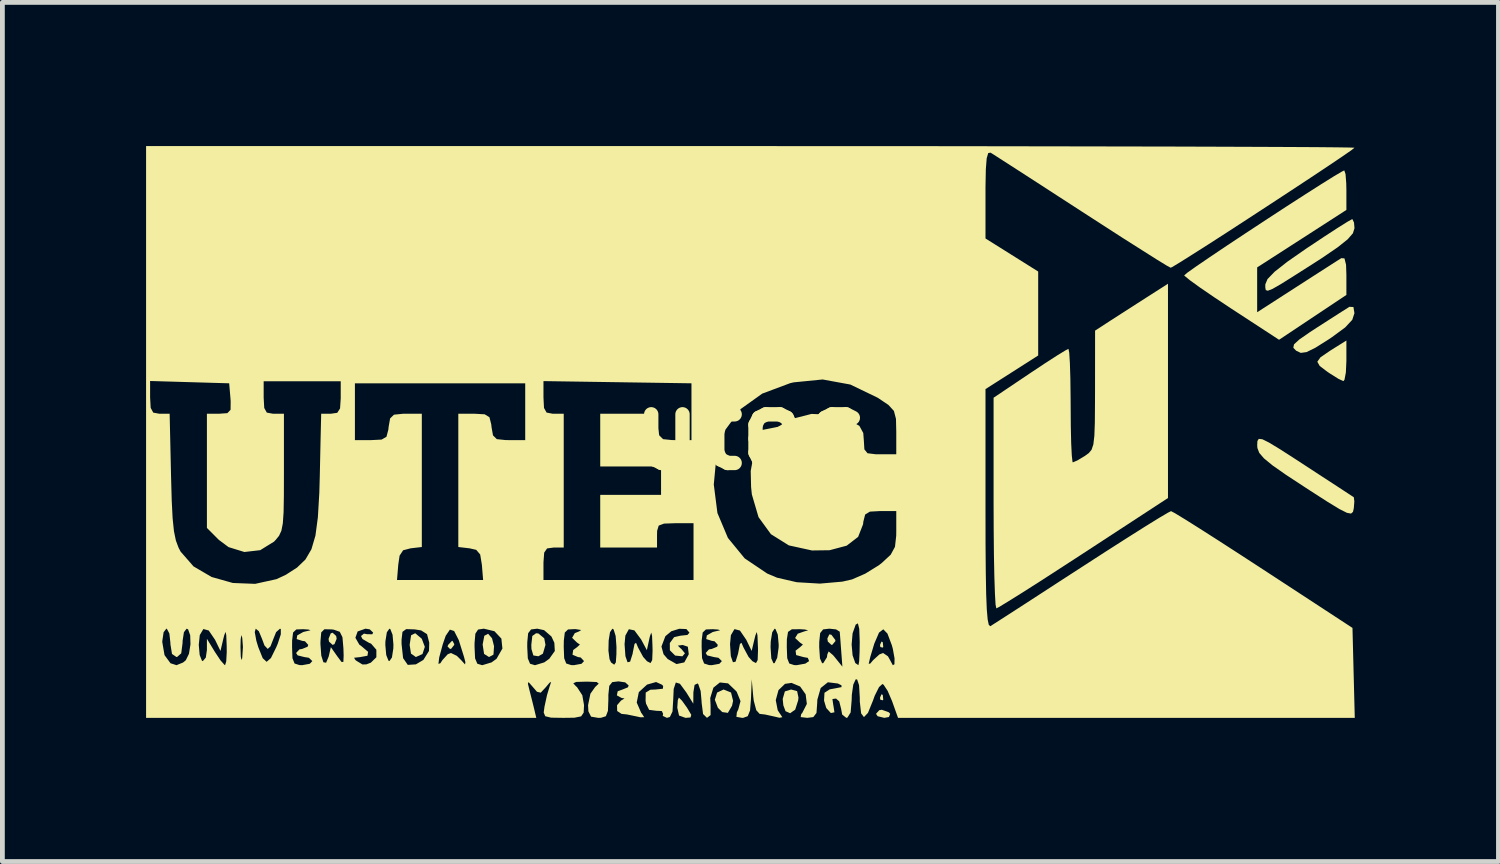
<source format=kicad_pcb>
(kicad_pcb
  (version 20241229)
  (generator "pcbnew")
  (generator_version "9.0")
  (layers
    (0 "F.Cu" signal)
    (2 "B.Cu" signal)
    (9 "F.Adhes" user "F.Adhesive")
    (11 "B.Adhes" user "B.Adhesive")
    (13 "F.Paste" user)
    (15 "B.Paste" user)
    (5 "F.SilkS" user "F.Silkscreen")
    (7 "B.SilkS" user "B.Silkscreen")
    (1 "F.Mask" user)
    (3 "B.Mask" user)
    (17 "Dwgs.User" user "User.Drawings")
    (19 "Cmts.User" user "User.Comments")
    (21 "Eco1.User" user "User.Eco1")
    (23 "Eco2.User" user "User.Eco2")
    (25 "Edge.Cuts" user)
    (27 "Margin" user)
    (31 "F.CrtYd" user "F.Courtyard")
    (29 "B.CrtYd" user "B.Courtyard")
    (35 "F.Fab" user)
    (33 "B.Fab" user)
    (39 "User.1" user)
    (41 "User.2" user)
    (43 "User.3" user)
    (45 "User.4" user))
  (footprint "utec"
    (layer "F.Cu")
    (at 12.615 5.927)
    (property "Reference" "utec" (at 0 0 0) (layer "F.SilkS") (effects (font (size 1.524 1.524) (thickness 0.3))))
    (attr board_only exclude_from_pos_files exclude_from_bom)
    (fp_poly (pts (xy 2.766 4.431) (xy 2.776 4.531) (xy 2.766 4.544) (xy 2.715 4.532) (xy 2.709 4.487) (xy 2.74 4.418)) (stroke (width 0) (type solid)) (fill yes) (layer "F.SilkS"))
    (fp_poly (pts (xy 2.766 5.532) (xy 2.776 5.632) (xy 2.766 5.644) (xy 2.715 5.633) (xy 2.709 5.588) (xy 2.74 5.518)) (stroke (width 0) (type solid)) (fill yes) (layer "F.SilkS"))
    (fp_poly (pts (xy -8.646 4.302) (xy -8.636 4.36) (xy -8.682 4.473) (xy -8.721 4.487) (xy -8.796 4.419) (xy -8.805 4.36) (xy -8.76 4.248) (xy -8.721 4.233)) (stroke (width 0) (type solid)) (fill yes) (layer "F.SilkS"))
    (fp_poly (pts (xy -6.859 4.359) (xy -6.795 4.528) (xy -6.844 4.678) (xy -6.982 4.741) (xy -7.084 4.67) (xy -7.112 4.487) (xy -7.082 4.287) (xy -6.996 4.244)) (stroke (width 0) (type solid)) (fill yes) (layer "F.SilkS"))
    (fp_poly (pts (xy -6.182 4.468) (xy -6.181 4.487) (xy -6.246 4.569) (xy -6.27 4.572) (xy -6.321 4.52) (xy -6.308 4.487) (xy -6.232 4.407) (xy -6.218 4.403)) (stroke (width 0) (type solid)) (fill yes) (layer "F.SilkS"))
    (fp_poly (pts (xy -5.392 4.349) (xy -5.35 4.515) (xy -5.362 4.691) (xy -5.455 4.741) (xy -5.558 4.676) (xy -5.588 4.48) (xy -5.553 4.297) (xy -5.474 4.255)) (stroke (width 0) (type solid)) (fill yes) (layer "F.SilkS"))
    (fp_poly (pts (xy 1.693 4.276) (xy 1.775 4.384) (xy 1.778 4.408) (xy 1.713 4.485) (xy 1.693 4.487) (xy 1.619 4.418) (xy 1.609 4.355) (xy 1.65 4.268)) (stroke (width 0) (type solid)) (fill yes) (layer "F.SilkS"))
    (fp_poly (pts (xy 2.891 5.894) (xy 2.921 5.927) (xy 2.895 5.993) (xy 2.799 6.011) (xy 2.659 5.977) (xy 2.625 5.927) (xy 2.693 5.851) (xy 2.747 5.842)) (stroke (width 0) (type solid)) (fill yes) (layer "F.SilkS"))
    (fp_poly (pts (xy -1.427 5.651) (xy -1.32 5.8) (xy -1.232 5.948) (xy -1.248 6.003) (xy -1.353 6.011) (xy -1.487 5.963) (xy -1.524 5.8) (xy -1.513 5.64) (xy -1.491 5.588)) (stroke (width 0) (type solid)) (fill yes) (layer "F.SilkS"))
    (fp_poly (pts (xy -0.402 5.482) (xy -0.359 5.655) (xy -0.381 5.758) (xy -0.468 5.907) (xy -0.586 5.89) (xy -0.676 5.801) (xy -0.74 5.633) (xy -0.693 5.483) (xy -0.558 5.419)) (stroke (width 0) (type solid)) (fill yes) (layer "F.SilkS"))
    (fp_poly (pts (xy -4.424 4.249) (xy -4.302 4.35) (xy -4.276 4.487) (xy -4.33 4.671) (xy -4.424 4.725) (xy -4.529 4.708) (xy -4.569 4.575) (xy -4.572 4.487) (xy -4.551 4.301) (xy -4.473 4.245)) (stroke (width 0) (type solid)) (fill yes) (layer "F.SilkS"))
    (fp_poly (pts (xy 0.978 5.453) (xy 1.006 5.587) (xy 1 5.645) (xy 0.938 5.839) (xy 0.831 5.915) (xy 0.736 5.872) (xy 0.69 5.749) (xy 0.677 5.616) (xy 0.722 5.459) (xy 0.852 5.419)) (stroke (width 0) (type solid)) (fill yes) (layer "F.SilkS"))
    (fp_poly (pts (xy 12.446 -1.441) (xy 12.435 -1.2) (xy 12.406 -1.048) (xy 12.383 -1.02) (xy 12.279 -1.068) (xy 12.099 -1.181) (xy 12.042 -1.22) (xy 11.889 -1.336) (xy 11.839 -1.424) (xy 11.905 -1.517) (xy 12.099 -1.65) (xy 12.213 -1.722) (xy 12.446 -1.867)) (stroke (width 0) (type solid)) (fill yes) (layer "F.SilkS"))
    (fp_poly (pts (xy 12.593 -2.567) (xy 12.614 -2.439) (xy 12.569 -2.3) (xy 12.421 -2.141) (xy 12.147 -1.939) (xy 12.08 -1.894) (xy 11.798 -1.716) (xy 11.615 -1.626) (xy 11.494 -1.609) (xy 11.398 -1.654) (xy 11.338 -1.716) (xy 11.352 -1.787) (xy 11.462 -1.888) (xy 11.687 -2.044) (xy 11.827 -2.135) (xy 12.11 -2.317) (xy 12.346 -2.468) (xy 12.492 -2.56) (xy 12.509 -2.571)) (stroke (width 0) (type solid)) (fill yes) (layer "F.SilkS"))
    (fp_poly (pts (xy 12.605 -4.331) (xy 12.615 -4.212) (xy 12.582 -4.106) (xy 12.471 -3.979) (xy 12.261 -3.812) (xy 11.933 -3.588) (xy 11.751 -3.471) (xy 11.355 -3.219) (xy 11.081 -3.047) (xy 10.905 -2.946) (xy 10.807 -2.907) (xy 10.763 -2.92) (xy 10.753 -2.975) (xy 10.753 -3.039) (xy 10.799 -3.15) (xy 10.948 -3.304) (xy 11.214 -3.513) (xy 11.612 -3.79) (xy 11.639 -3.808) (xy 11.978 -4.033) (xy 12.264 -4.219) (xy 12.47 -4.348) (xy 12.567 -4.402) (xy 12.57 -4.403)) (stroke (width 0) (type solid)) (fill yes) (layer "F.SilkS"))
    (fp_poly (pts (xy 10.691 0.194) (xy 10.832 0.264) (xy 11.063 0.404) (xy 11.405 0.624) (xy 11.578 0.737) (xy 11.938 0.972) (xy 12.244 1.171) (xy 12.47 1.319) (xy 12.589 1.397) (xy 12.601 1.404) (xy 12.612 1.492) (xy 12.601 1.632) (xy 12.584 1.71) (xy 12.543 1.746) (xy 12.457 1.73) (xy 12.302 1.652) (xy 12.057 1.503) (xy 11.699 1.273) (xy 11.579 1.195) (xy 11.178 0.932) (xy 10.9 0.737) (xy 10.724 0.592) (xy 10.627 0.479) (xy 10.588 0.377) (xy 10.584 0.319) (xy 10.588 0.231) (xy 10.617 0.186)) (stroke (width 0) (type solid)) (fill yes) (layer "F.SilkS"))
    (fp_poly (pts (xy 12.428 -5.343) (xy 12.443 -5.149) (xy 12.446 -5.007) (xy 12.446 -4.594) (xy 11.515 -3.994) (xy 10.583 -3.394) (xy 10.583 -2.458) (xy 11.409 -2.99) (xy 11.746 -3.207) (xy 12.036 -3.393) (xy 12.246 -3.528) (xy 12.34 -3.587) (xy 12.406 -3.582) (xy 12.439 -3.45) (xy 12.446 -3.235) (xy 12.446 -2.819) (xy 11.04 -1.883) (xy 10.05 -2.529) (xy 9.693 -2.766) (xy 9.393 -2.971) (xy 9.176 -3.128) (xy 9.068 -3.217) (xy 9.06 -3.228) (xy 9.127 -3.285) (xy 9.313 -3.417) (xy 9.593 -3.608) (xy 9.944 -3.844) (xy 10.341 -4.107) (xy 10.761 -4.383) (xy 11.179 -4.656) (xy 11.572 -4.909) (xy 11.914 -5.127) (xy 12.183 -5.295) (xy 12.354 -5.396) (xy 12.402 -5.419)) (stroke (width 0) (type solid)) (fill yes) (layer "F.SilkS"))
    (fp_poly (pts (xy 8.721 1.421) (xy 6.957 2.573) (xy 6.47 2.889) (xy 6.031 3.173) (xy 5.658 3.41) (xy 5.371 3.589) (xy 5.191 3.698) (xy 5.137 3.725) (xy 5.121 3.644) (xy 5.108 3.416) (xy 5.096 3.063) (xy 5.087 2.608) (xy 5.082 2.072) (xy 5.08 1.526) (xy 5.08 -0.673) (xy 5.839 -1.183) (xy 6.152 -1.391) (xy 6.411 -1.558) (xy 6.585 -1.664) (xy 6.643 -1.693) (xy 6.659 -1.614) (xy 6.673 -1.395) (xy 6.683 -1.068) (xy 6.688 -0.662) (xy 6.689 -0.508) (xy 6.692 -0.082) (xy 6.7 0.276) (xy 6.713 0.536) (xy 6.728 0.667) (xy 6.734 0.677) (xy 6.83 0.636) (xy 6.988 0.541) (xy 7.069 0.482) (xy 7.126 0.412) (xy 7.163 0.301) (xy 7.184 0.121) (xy 7.194 -0.156) (xy 7.197 -0.558) (xy 7.198 -0.835) (xy 7.199 -2.074) (xy 7.511 -2.277) (xy 7.761 -2.438) (xy 8.071 -2.637) (xy 8.272 -2.766) (xy 8.721 -3.053)) (stroke (width 0) (type solid)) (fill yes) (layer "F.SilkS"))
    (fp_poly (pts (xy 1.447 -5.926) (xy 2.848 -5.926) (xy 4.192 -5.925) (xy 5.471 -5.923) (xy 6.674 -5.921) (xy 7.794 -5.919) (xy 8.821 -5.917) (xy 9.745 -5.914) (xy 10.557 -5.911) (xy 11.247 -5.908) (xy 11.808 -5.905) (xy 12.228 -5.901) (xy 12.499 -5.897) (xy 12.613 -5.893) (xy 12.615 -5.893) (xy 12.548 -5.839) (xy 12.36 -5.709) (xy 12.075 -5.517) (xy 11.714 -5.277) (xy 11.301 -5.005) (xy 10.857 -4.714) (xy 10.405 -4.419) (xy 9.968 -4.135) (xy 9.568 -3.877) (xy 9.226 -3.66) (xy 8.967 -3.497) (xy 8.811 -3.403) (xy 8.777 -3.387) (xy 8.696 -3.431) (xy 8.493 -3.555) (xy 8.188 -3.748) (xy 7.798 -3.995) (xy 7.345 -4.287) (xy 6.927 -4.557) (xy 6.43 -4.879) (xy 5.978 -5.172) (xy 5.589 -5.423) (xy 5.286 -5.618) (xy 5.087 -5.746) (xy 5.016 -5.79) (xy 4.968 -5.781) (xy 4.936 -5.672) (xy 4.918 -5.443) (xy 4.911 -5.072) (xy 4.911 -4.925) (xy 4.911 -3.998) (xy 5.461 -3.653) (xy 6.011 -3.308) (xy 6.011 -1.555) (xy 5.461 -1.204) (xy 4.911 -0.853) (xy 4.911 1.653) (xy 4.912 2.394) (xy 4.917 2.98) (xy 4.925 3.426) (xy 4.938 3.746) (xy 4.956 3.955) (xy 4.979 4.067) (xy 5.009 4.097) (xy 5.016 4.094) (xy 5.114 4.032) (xy 5.333 3.891) (xy 5.654 3.684) (xy 6.055 3.424) (xy 6.517 3.124) (xy 6.922 2.862) (xy 7.414 2.544) (xy 7.86 2.259) (xy 8.24 2.019) (xy 8.534 1.837) (xy 8.723 1.726) (xy 8.785 1.695) (xy 8.87 1.74) (xy 9.077 1.866) (xy 9.387 2.061) (xy 9.78 2.312) (xy 10.238 2.608) (xy 10.71 2.915) (xy 12.573 4.133) (xy 12.597 5.072) (xy 12.621 6.011) (xy 3.085 6.011) (xy 2.961 5.664) (xy 2.869 5.449) (xy 2.784 5.32) (xy 2.759 5.304) (xy 2.688 5.369) (xy 2.599 5.547) (xy 2.561 5.652) (xy 2.457 5.907) (xy 2.373 5.995) (xy 2.314 5.917) (xy 2.287 5.675) (xy 2.286 5.583) (xy 2.271 5.328) (xy 2.231 5.209) (xy 2.201 5.207) (xy 2.15 5.317) (xy 2.12 5.531) (xy 2.117 5.635) (xy 2.095 5.899) (xy 2.027 6.007) (xy 2.004 6.011) (xy 1.918 5.941) (xy 1.898 5.829) (xy 1.857 5.667) (xy 1.79 5.608) (xy 1.715 5.618) (xy 1.734 5.751) (xy 1.736 5.757) (xy 1.757 5.895) (xy 1.683 5.91) (xy 1.681 5.909) (xy 1.586 5.805) (xy 1.54 5.651) (xy 1.549 5.487) (xy 1.66 5.415) (xy 1.752 5.399) (xy 1.905 5.369) (xy 1.904 5.332) (xy 1.83 5.294) (xy 1.62 5.268) (xy 1.47 5.388) (xy 1.4 5.633) (xy 1.397 5.704) (xy 1.382 5.909) (xy 1.316 5.995) (xy 1.19 6.011) (xy 1.052 5.995) (xy 1.063 5.932) (xy 1.084 5.91) (xy 1.181 5.72) (xy 1.156 5.519) (xy 1.04 5.356) (xy 0.861 5.281) (xy 0.725 5.301) (xy 0.589 5.432) (xy 0.532 5.641) (xy 0.572 5.85) (xy 0.604 5.9) (xy 0.669 5.997) (xy 0.61 6.009) (xy 0.508 5.985) (xy 0.308 5.941) (xy 0.195 5.928) (xy 0.125 5.851) (xy 0.073 5.655) (xy 0.062 5.567) (xy 0.03 5.207) (xy 0.015 5.609) (xy -0.005 5.856) (xy -0.053 5.976) (xy -0.149 6.011) (xy -0.172 6.011) (xy -0.29 5.99) (xy -0.28 5.895) (xy -0.251 5.836) (xy -0.204 5.662) (xy -0.281 5.473) (xy -0.292 5.455) (xy -0.464 5.291) (xy -0.635 5.272) (xy -0.77 5.381) (xy -0.836 5.596) (xy -0.829 5.757) (xy -0.829 5.953) (xy -0.904 6.011) (xy -0.986 5.931) (xy -1.016 5.694) (xy -1.016 5.678) (xy -1.036 5.452) (xy -1.085 5.308) (xy -1.101 5.292) (xy -1.163 5.323) (xy -1.188 5.477) (xy -1.19 5.715) (xy -1.334 5.482) (xy -1.469 5.299) (xy -1.555 5.273) (xy -1.599 5.407) (xy -1.609 5.63) (xy -1.624 5.879) (xy -1.679 5.993) (xy -1.741 6.011) (xy -1.828 5.97) (xy -1.82 5.927) (xy -1.847 5.869) (xy -1.964 5.863) (xy -2.112 5.844) (xy -2.177 5.713) (xy -2.186 5.652) (xy -2.183 5.483) (xy -2.087 5.424) (xy -1.978 5.419) (xy -1.825 5.403) (xy -1.819 5.346) (xy -1.843 5.319) (xy -1.967 5.263) (xy -2.154 5.316) (xy -2.157 5.318) (xy -2.327 5.474) (xy -2.371 5.691) (xy -2.277 5.907) (xy -2.265 5.921) (xy -2.215 5.997) (xy -2.295 5.999) (xy -2.371 5.982) (xy -2.574 5.94) (xy -2.688 5.928) (xy -2.779 5.868) (xy -2.782 5.747) (xy -2.696 5.647) (xy -2.688 5.644) (xy -2.626 5.606) (xy -2.688 5.595) (xy -2.786 5.541) (xy -2.768 5.456) (xy -2.667 5.419) (xy -2.554 5.373) (xy -2.54 5.334) (xy -2.612 5.27) (xy -2.752 5.249) (xy -2.882 5.265) (xy -2.944 5.343) (xy -2.963 5.528) (xy -2.963 5.63) (xy -2.972 5.865) (xy -3.015 5.977) (xy -3.118 6.01) (xy -3.175 6.011) (xy -3.324 5.986) (xy -3.38 5.875) (xy -3.387 5.746) (xy -3.338 5.507) (xy -3.239 5.367) (xy -3.164 5.296) (xy -3.207 5.263) (xy -3.391 5.255) (xy -3.429 5.255) (xy -3.635 5.261) (xy -3.696 5.29) (xy -3.636 5.355) (xy -3.619 5.367) (xy -3.507 5.539) (xy -3.471 5.746) (xy -3.479 5.902) (xy -3.532 5.98) (xy -3.673 6.008) (xy -3.904 6.011) (xy -4.158 6.007) (xy -4.281 5.977) (xy -4.313 5.9) (xy -4.297 5.779) (xy -4.244 5.536) (xy -4.196 5.376) (xy -4.158 5.26) (xy -4.19 5.277) (xy -4.269 5.371) (xy -4.375 5.485) (xy -4.454 5.466) (xy -4.536 5.371) (xy -4.63 5.264) (xy -4.643 5.298) (xy -4.614 5.419) (xy -4.551 5.667) (xy -4.513 5.821) (xy -4.468 6.011) (xy -12.615 6.011) (xy -12.615 4.428) (xy -12.277 4.428) (xy -12.23 4.701) (xy -12.105 4.871) (xy -11.98 4.911) (xy -11.844 4.856) (xy -11.786 4.809) (xy -11.72 4.674) (xy -11.69 4.487) (xy -11.515 4.487) (xy -11.496 4.699) (xy -11.449 4.817) (xy -11.43 4.826) (xy -11.368 4.753) (xy -11.345 4.593) (xy -11.345 4.36) (xy -11.177 4.636) (xy -11.059 4.813) (xy -10.976 4.906) (xy -10.966 4.911) (xy -10.942 4.835) (xy -10.931 4.642) (xy -10.932 4.53) (xy -10.644 4.53) (xy -10.638 4.73) (xy -10.623 4.804) (xy -10.608 4.764) (xy -10.593 4.531) (xy -10.607 4.34) (xy -10.627 4.282) (xy -10.64 4.373) (xy -10.644 4.53) (xy -10.932 4.53) (xy -10.932 4.508) (xy -10.941 4.284) (xy -10.955 4.22) (xy -10.346 4.22) (xy -10.313 4.401) (xy -10.272 4.536) (xy -10.18 4.765) (xy -10.098 4.841) (xy -10.008 4.762) (xy -9.894 4.53) (xy -9.567 4.53) (xy -9.559 4.765) (xy -9.515 4.876) (xy -9.413 4.909) (xy -9.356 4.911) (xy -9.197 4.882) (xy -9.144 4.826) (xy -9.215 4.757) (xy -9.313 4.741) (xy -9.451 4.706) (xy -9.483 4.657) (xy -9.414 4.582) (xy -9.356 4.572) (xy -9.243 4.526) (xy -9.229 4.487) (xy -9.247 4.468) (xy -8.975 4.468) (xy -8.957 4.712) (xy -8.913 4.85) (xy -8.856 4.86) (xy -8.802 4.729) (xy -8.757 4.535) (xy -8.619 4.731) (xy -8.534 4.844) (xy -8.496 4.843) (xy -8.492 4.756) (xy -8.273 4.756) (xy -8.242 4.806) (xy -8.213 4.826) (xy -8.098 4.896) (xy -8.018 4.895) (xy -7.923 4.859) (xy -7.807 4.746) (xy -7.807 4.589) (xy -7.895 4.487) (xy -7.62 4.487) (xy -7.601 4.699) (xy -7.554 4.817) (xy -7.535 4.826) (xy -7.482 4.751) (xy -7.453 4.563) (xy -7.451 4.487) (xy -7.452 4.468) (xy -7.281 4.468) (xy -7.249 4.764) (xy -7.151 4.905) (xy -6.982 4.894) (xy -6.965 4.884) (xy -6.511 4.884) (xy -6.471 4.871) (xy -6.428 4.805) (xy -6.316 4.682) (xy -6.249 4.657) (xy -6.127 4.716) (xy -6.037 4.805) (xy -5.956 4.895) (xy -5.948 4.849) (xy -5.976 4.741) (xy -6.042 4.53) (xy -5.757 4.53) (xy -5.746 4.769) (xy -5.699 4.881) (xy -5.599 4.911) (xy -5.594 4.911) (xy -5.402 4.853) (xy -5.298 4.778) (xy -5.175 4.563) (xy -5.179 4.53) (xy -4.657 4.53) (xy -4.645 4.769) (xy -4.598 4.881) (xy -4.498 4.911) (xy -4.493 4.911) (xy -4.302 4.853) (xy -4.197 4.778) (xy -4.081 4.615) (xy -4.086 4.53) (xy -3.895 4.53) (xy -3.886 4.765) (xy -3.843 4.876) (xy -3.74 4.909) (xy -3.683 4.911) (xy -3.524 4.882) (xy -3.471 4.826) (xy -3.54 4.751) (xy -3.598 4.741) (xy -3.712 4.693) (xy -3.699 4.606) (xy -2.962 4.606) (xy -2.939 4.785) (xy -2.907 4.854) (xy -2.841 4.901) (xy -2.807 4.853) (xy -2.795 4.68) (xy -2.794 4.53) (xy -2.798 4.473) (xy -2.625 4.473) (xy -2.607 4.723) (xy -2.563 4.85) (xy -2.509 4.838) (xy -2.457 4.674) (xy -2.452 4.643) (xy -2.417 4.468) (xy -2.385 4.444) (xy -2.343 4.543) (xy -2.237 4.738) (xy -2.156 4.829) (xy -2.082 4.867) (xy -2.048 4.804) (xy -2.04 4.61) (xy -2.042 4.522) (xy -1.855 4.522) (xy -1.811 4.682) (xy -1.725 4.782) (xy -1.54 4.888) (xy -1.378 4.853) (xy -1.287 4.689) (xy -1.285 4.677) (xy -1.303 4.53) (xy -1.016 4.53) (xy -1.007 4.765) (xy -0.964 4.876) (xy -0.861 4.909) (xy -0.804 4.911) (xy -0.645 4.882) (xy -0.593 4.826) (xy -0.664 4.757) (xy -0.762 4.741) (xy -0.9 4.706) (xy -0.931 4.657) (xy -0.863 4.582) (xy -0.804 4.572) (xy -0.692 4.526) (xy -0.677 4.487) (xy -0.69 4.473) (xy -0.423 4.473) (xy -0.406 4.723) (xy -0.362 4.85) (xy -0.307 4.838) (xy -0.256 4.674) (xy -0.25 4.643) (xy -0.216 4.468) (xy -0.184 4.444) (xy -0.141 4.543) (xy -0.036 4.738) (xy 0.046 4.829) (xy 0.119 4.867) (xy 0.154 4.804) (xy 0.161 4.61) (xy 0.16 4.535) (xy 0.423 4.535) (xy 0.439 4.77) (xy 0.484 4.871) (xy 0.508 4.868) (xy 0.562 4.757) (xy 0.591 4.547) (xy 0.592 4.53) (xy 0.762 4.53) (xy 0.771 4.765) (xy 0.814 4.876) (xy 0.916 4.909) (xy 0.969 4.911) (xy 1.148 4.879) (xy 1.228 4.826) (xy 1.202 4.759) (xy 1.106 4.741) (xy 0.958 4.7) (xy 0.946 4.608) (xy 1.037 4.537) (xy 1.039 4.535) (xy 1.439 4.535) (xy 1.455 4.77) (xy 1.5 4.871) (xy 1.524 4.868) (xy 1.6 4.747) (xy 1.609 4.685) (xy 1.636 4.624) (xy 1.728 4.702) (xy 1.766 4.747) (xy 1.923 4.942) (xy 1.898 4.609) (xy 1.888 4.479) (xy 2.116 4.479) (xy 2.136 4.705) (xy 2.193 4.867) (xy 2.258 4.911) (xy 2.263 4.883) (xy 2.472 4.883) (xy 2.505 4.877) (xy 2.566 4.805) (xy 2.697 4.686) (xy 2.773 4.657) (xy 2.874 4.725) (xy 2.914 4.796) (xy 2.976 4.912) (xy 3.01 4.892) (xy 3.012 4.769) (xy 2.977 4.574) (xy 2.956 4.496) (xy 2.864 4.252) (xy 2.777 4.162) (xy 2.688 4.231) (xy 2.589 4.461) (xy 2.505 4.741) (xy 2.472 4.883) (xy 2.263 4.883) (xy 2.273 4.834) (xy 2.282 4.635) (xy 2.285 4.424) (xy 2.275 4.152) (xy 2.247 4.038) (xy 2.201 4.064) (xy 2.136 4.246) (xy 2.116 4.479) (xy 1.888 4.479) (xy 1.881 4.38) (xy 1.869 4.23) (xy 1.868 4.212) (xy 1.791 4.164) (xy 1.651 4.149) (xy 1.521 4.164) (xy 1.459 4.241) (xy 1.44 4.424) (xy 1.439 4.535) (xy 1.039 4.535) (xy 1.099 4.481) (xy 1.037 4.438) (xy 0.936 4.344) (xy 0.991 4.254) (xy 1.122 4.208) (xy 1.209 4.182) (xy 1.135 4.166) (xy 1.037 4.16) (xy 0.868 4.162) (xy 0.788 4.216) (xy 0.764 4.367) (xy 0.762 4.53) (xy 0.592 4.53) (xy 0.593 4.482) (xy 0.574 4.272) (xy 0.526 4.156) (xy 0.508 4.149) (xy 0.458 4.224) (xy 0.427 4.416) (xy 0.423 4.535) (xy 0.16 4.535) (xy 0.159 4.519) (xy 0.15 4.291) (xy 0.135 4.219) (xy 0.107 4.289) (xy 0.089 4.36) (xy 0.029 4.614) (xy -0.084 4.381) (xy -0.216 4.188) (xy -0.33 4.158) (xy -0.405 4.285) (xy -0.423 4.473) (xy -0.69 4.473) (xy -0.746 4.412) (xy -0.804 4.403) (xy -0.92 4.366) (xy -0.907 4.289) (xy -0.782 4.218) (xy -0.741 4.208) (xy -0.629 4.182) (xy -0.674 4.167) (xy -0.783 4.16) (xy -0.926 4.165) (xy -0.994 4.229) (xy -1.015 4.397) (xy -1.016 4.53) (xy -1.303 4.53) (xy -1.303 4.526) (xy -1.412 4.489) (xy -1.513 4.503) (xy -1.455 4.56) (xy -1.442 4.569) (xy -1.364 4.664) (xy -1.418 4.726) (xy -1.564 4.711) (xy -1.569 4.71) (xy -1.679 4.6) (xy -1.68 4.449) (xy -1.59 4.326) (xy -1.46 4.296) (xy -1.312 4.28) (xy -1.27 4.232) (xy -1.334 4.157) (xy -1.482 4.151) (xy -1.649 4.203) (xy -1.769 4.303) (xy -1.775 4.312) (xy -1.855 4.522) (xy -2.042 4.522) (xy -2.042 4.519) (xy -2.051 4.296) (xy -2.068 4.23) (xy -2.096 4.31) (xy -2.106 4.352) (xy -2.159 4.598) (xy -2.279 4.374) (xy -2.419 4.185) (xy -2.535 4.16) (xy -2.608 4.293) (xy -2.625 4.473) (xy -2.798 4.473) (xy -2.811 4.302) (xy -2.853 4.166) (xy -2.879 4.149) (xy -2.929 4.222) (xy -2.957 4.396) (xy -2.962 4.606) (xy -3.699 4.606) (xy -3.698 4.595) (xy -3.619 4.537) (xy -3.557 4.481) (xy -3.619 4.438) (xy -3.72 4.34) (xy -3.664 4.242) (xy -3.577 4.207) (xy -3.53 4.177) (xy -3.643 4.159) (xy -3.662 4.158) (xy -3.805 4.165) (xy -3.873 4.23) (xy -3.893 4.398) (xy -3.895 4.53) (xy -4.086 4.53) (xy -4.091 4.443) (xy -4.152 4.312) (xy -4.305 4.18) (xy -4.448 4.149) (xy -4.577 4.165) (xy -4.638 4.244) (xy -4.656 4.431) (xy -4.657 4.53) (xy -5.179 4.53) (xy -5.197 4.356) (xy -5.342 4.202) (xy -5.563 4.149) (xy -5.683 4.167) (xy -5.74 4.253) (xy -5.757 4.451) (xy -5.757 4.53) (xy -6.042 4.53) (xy -6.087 4.387) (xy -6.183 4.198) (xy -6.272 4.169) (xy -6.359 4.297) (xy -6.421 4.476) (xy -6.495 4.75) (xy -6.511 4.884) (xy -6.965 4.884) (xy -6.825 4.801) (xy -6.708 4.614) (xy -6.703 4.441) (xy -6.749 4.263) (xy -6.873 4.185) (xy -7.006 4.164) (xy -7.184 4.158) (xy -7.262 4.215) (xy -7.281 4.381) (xy -7.281 4.468) (xy -7.452 4.468) (xy -7.469 4.275) (xy -7.516 4.157) (xy -7.535 4.149) (xy -7.588 4.224) (xy -7.618 4.411) (xy -7.62 4.487) (xy -7.895 4.487) (xy -7.917 4.462) (xy -7.959 4.445) (xy -8.096 4.365) (xy -8.128 4.303) (xy -8.066 4.252) (xy -8.001 4.264) (xy -7.892 4.266) (xy -7.874 4.231) (xy -7.945 4.163) (xy -8.034 4.149) (xy -8.198 4.207) (xy -8.245 4.339) (xy -8.162 4.483) (xy -8.126 4.508) (xy -7.98 4.632) (xy -7.993 4.714) (xy -8.149 4.743) (xy -8.273 4.756) (xy -8.492 4.756) (xy -8.49 4.708) (xy -8.495 4.559) (xy -8.515 4.327) (xy -8.571 4.214) (xy -8.695 4.17) (xy -8.742 4.164) (xy -8.892 4.161) (xy -8.958 4.227) (xy -8.974 4.408) (xy -8.975 4.468) (xy -9.247 4.468) (xy -9.297 4.412) (xy -9.356 4.403) (xy -9.471 4.366) (xy -9.459 4.289) (xy -9.333 4.218) (xy -9.292 4.208) (xy -9.181 4.182) (xy -9.225 4.167) (xy -9.335 4.16) (xy -9.478 4.165) (xy -9.546 4.229) (xy -9.566 4.397) (xy -9.567 4.53) (xy -9.894 4.53) (xy -9.892 4.524) (xy -9.867 4.466) (xy -9.802 4.267) (xy -9.802 4.157) (xy -9.819 4.149) (xy -9.9 4.221) (xy -9.956 4.36) (xy -10.018 4.519) (xy -10.075 4.572) (xy -10.143 4.5) (xy -10.195 4.36) (xy -10.261 4.202) (xy -10.326 4.149) (xy -10.346 4.22) (xy -10.955 4.22) (xy -10.956 4.215) (xy -10.984 4.289) (xy -11.002 4.36) (xy -11.062 4.614) (xy -11.175 4.381) (xy -11.307 4.187) (xy -11.419 4.156) (xy -11.494 4.283) (xy -11.515 4.487) (xy -11.69 4.487) (xy -11.688 4.477) (xy -11.694 4.285) (xy -11.738 4.163) (xy -11.769 4.149) (xy -11.825 4.223) (xy -11.853 4.406) (xy -11.853 4.445) (xy -11.881 4.664) (xy -11.969 4.741) (xy -11.98 4.741) (xy -12.074 4.677) (xy -12.107 4.472) (xy -12.107 4.445) (xy -12.129 4.249) (xy -12.181 4.151) (xy -12.192 4.149) (xy -12.249 4.223) (xy -12.276 4.404) (xy -12.277 4.428) (xy -12.615 4.428) (xy -12.615 -1.022) (xy -12.531 -1.022) (xy -12.531 -0.68) (xy -12.519 -0.461) (xy -12.465 -0.362) (xy -12.341 -0.339) (xy -12.327 -0.339) (xy -12.123 -0.339) (xy -12.094 0.953) (xy -12.08 1.467) (xy -12.061 1.844) (xy -12.033 2.114) (xy -11.993 2.308) (xy -11.937 2.458) (xy -11.894 2.54) (xy -11.624 2.849) (xy -11.246 3.07) (xy -10.803 3.195) (xy -10.338 3.213) (xy -9.892 3.115) (xy -9.699 3.025) (xy -9.464 2.874) (xy -9.288 2.705) (xy -9.163 2.491) (xy -9.079 2.206) (xy -9.028 1.822) (xy -8.998 1.312) (xy -8.988 0.953) (xy -8.972 0.212) (xy -8.255 0.212) (xy -7.916 0.212) (xy -7.698 0.201) (xy -7.596 0.142) (xy -7.557 -0.005) (xy -7.551 -0.064) (xy -7.52 -0.241) (xy -7.439 -0.319) (xy -7.253 -0.338) (xy -7.191 -0.339) (xy -6.858 -0.339) (xy -6.858 2.444) (xy -7.091 2.471) (xy -7.248 2.512) (xy -7.322 2.624) (xy -7.35 2.815) (xy -7.376 3.133) (xy -5.578 3.133) (xy -5.604 2.815) (xy -5.639 2.601) (xy -5.722 2.503) (xy -5.863 2.471) (xy -6.096 2.444) (xy -6.096 -0.339) (xy -5.763 -0.339) (xy -5.546 -0.327) (xy -5.446 -0.266) (xy -5.408 -0.115) (xy -5.403 -0.064) (xy -5.372 0.113) (xy -5.292 0.192) (xy -5.11 0.211) (xy -5.038 0.212) (xy -4.699 0.212) (xy -4.699 -0.974) (xy -8.255 -0.974) (xy -8.255 0.212) (xy -8.972 0.212) (xy -8.959 -0.339) (xy -8.755 -0.339) (xy -8.624 -0.358) (xy -8.565 -0.449) (xy -8.551 -0.658) (xy -8.551 -0.677) (xy -8.551 -1.016) (xy -10.16 -1.016) (xy -10.16 -0.677) (xy -10.148 -0.459) (xy -10.094 -0.362) (xy -9.967 -0.339) (xy -9.948 -0.339) (xy -9.737 -0.339) (xy -9.737 0.893) (xy -9.738 1.374) (xy -9.744 1.717) (xy -9.76 1.95) (xy -9.79 2.104) (xy -9.839 2.21) (xy -9.91 2.297) (xy -9.944 2.332) (xy -10.232 2.51) (xy -10.563 2.548) (xy -10.893 2.446) (xy -11.098 2.293) (xy -11.345 2.045) (xy -11.345 -0.339) (xy -11.086 -0.339) (xy -10.918 -0.351) (xy -10.851 -0.421) (xy -10.849 -0.599) (xy -10.853 -0.656) (xy -10.88 -0.974) (xy -12.452 -1.02) (xy -4.318 -1.02) (xy -4.318 -0.679) (xy -4.307 -0.46) (xy -4.253 -0.363) (xy -4.127 -0.339) (xy -4.106 -0.339) (xy -3.895 -0.339) (xy -3.895 2.455) (xy -4.106 2.455) (xy -4.243 2.474) (xy -4.303 2.561) (xy -4.318 2.765) (xy -4.318 2.794) (xy -4.318 3.133) (xy -1.185 3.133) (xy -1.185 1.947) (xy -1.566 1.947) (xy -1.801 1.955) (xy -1.912 1.997) (xy -1.945 2.106) (xy -1.947 2.201) (xy -1.947 2.455) (xy -3.133 2.455) (xy -3.133 1.355) (xy -1.863 1.355) (xy -1.863 1.139) (xy -0.762 1.139) (xy -0.686 1.734) (xy -0.467 2.254) (xy -0.117 2.681) (xy 0.354 2.998) (xy 0.558 3.084) (xy 0.97 3.179) (xy 1.453 3.208) (xy 1.921 3.167) (xy 2.123 3.121) (xy 2.399 3.001) (xy 2.684 2.825) (xy 2.747 2.776) (xy 2.932 2.604) (xy 3.021 2.44) (xy 3.047 2.208) (xy 3.048 2.111) (xy 3.048 1.693) (xy 2.715 1.693) (xy 2.498 1.705) (xy 2.398 1.766) (xy 2.36 1.917) (xy 2.355 1.968) (xy 2.252 2.232) (xy 2.013 2.416) (xy 1.656 2.511) (xy 1.288 2.516) (xy 0.805 2.41) (xy 0.431 2.176) (xy 0.172 1.82) (xy 0.033 1.347) (xy 0.017 1.194) (xy 0.009 0.857) (xy 0.055 0.605) (xy 0.169 0.358) (xy 0.17 0.356) (xy 0.454 0.012) (xy 0.837 -0.222) (xy 1.279 -0.335) (xy 1.74 -0.315) (xy 2.083 -0.202) (xy 2.279 -0.083) (xy 2.359 0.064) (xy 2.371 0.221) (xy 2.382 0.405) (xy 2.447 0.486) (xy 2.615 0.507) (xy 2.709 0.508) (xy 3.048 0.508) (xy 3.048 0.04) (xy 3.042 -0.231) (xy 2.999 -0.397) (xy 2.885 -0.522) (xy 2.665 -0.67) (xy 2.656 -0.675) (xy 2.09 -0.948) (xy 1.511 -1.054) (xy 0.906 -0.994) (xy 0.833 -0.977) (xy 0.25 -0.759) (xy -0.199 -0.438) (xy -0.516 -0.01) (xy -0.704 0.525) (xy -0.762 1.139) (xy -1.863 1.139) (xy -1.863 0.762) (xy -3.133 0.762) (xy -3.133 -0.339) (xy -1.958 -0.339) (xy -1.932 -0.064) (xy -1.901 0.113) (xy -1.821 0.192) (xy -1.638 0.211) (xy -1.566 0.212) (xy -1.228 0.212) (xy -1.228 -0.974) (xy -2.773 -0.997) (xy -4.318 -1.02) (xy -12.452 -1.02) (xy -12.531 -1.022) (xy -12.615 -1.022) (xy -12.615 -5.927) (xy 0 -5.927)) (stroke (width 0) (type solid)) (fill yes) (layer "F.SilkS")))
  (gr_rect
    (start -3 -3)
    (end 28.236 14.938)
    (stroke (width 0.1) (type default))
    (fill no)
    (layer "Edge.Cuts")))
</source>
